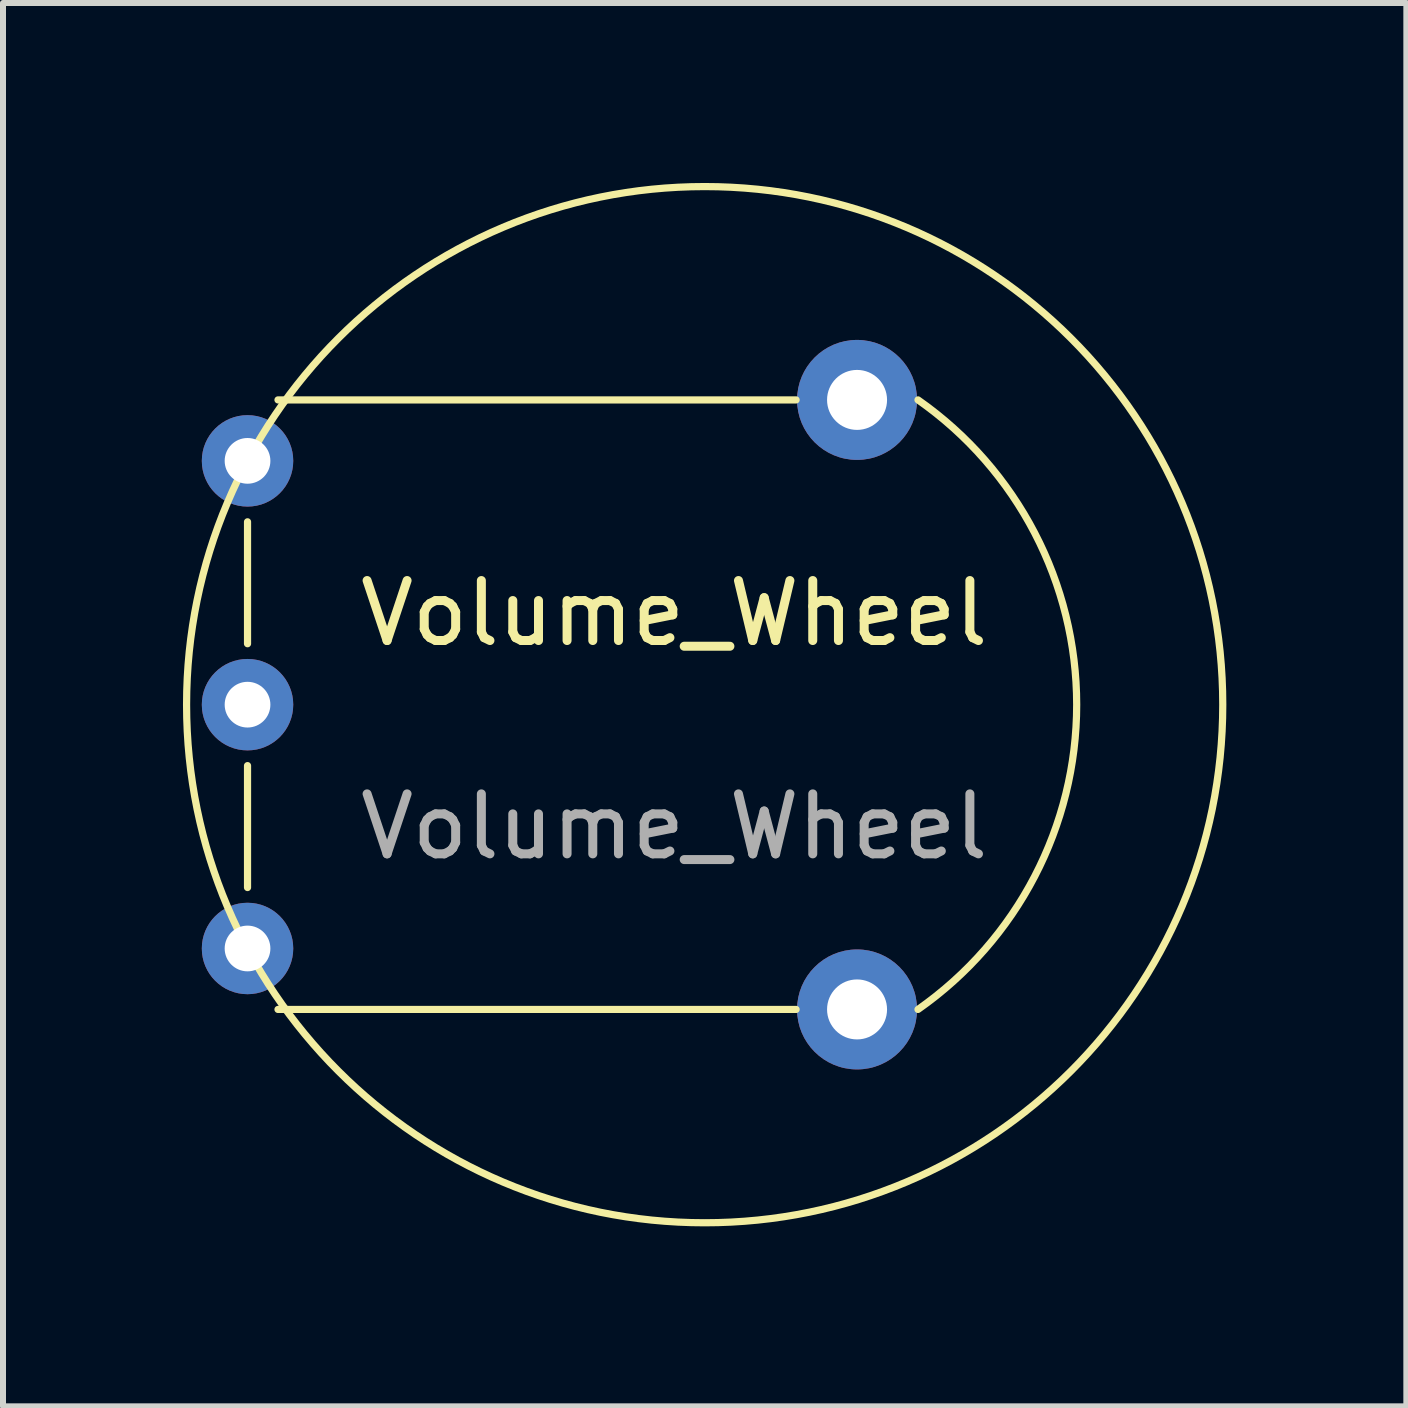
<source format=kicad_pcb>
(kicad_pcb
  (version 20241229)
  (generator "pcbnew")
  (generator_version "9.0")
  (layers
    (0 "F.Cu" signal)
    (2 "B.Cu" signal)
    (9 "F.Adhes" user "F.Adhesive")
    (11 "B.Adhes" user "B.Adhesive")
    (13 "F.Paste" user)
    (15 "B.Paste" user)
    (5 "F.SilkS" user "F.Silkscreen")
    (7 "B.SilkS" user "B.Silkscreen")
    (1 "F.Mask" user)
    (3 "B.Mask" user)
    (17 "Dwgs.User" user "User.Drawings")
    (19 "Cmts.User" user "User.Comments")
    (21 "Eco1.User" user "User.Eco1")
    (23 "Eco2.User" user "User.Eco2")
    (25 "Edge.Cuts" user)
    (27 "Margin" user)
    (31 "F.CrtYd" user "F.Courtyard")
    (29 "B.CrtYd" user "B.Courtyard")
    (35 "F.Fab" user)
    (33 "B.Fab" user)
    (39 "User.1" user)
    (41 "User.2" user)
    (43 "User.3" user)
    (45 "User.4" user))
  (footprint "Volume_Wheel"
    (layer "F.Cu")
    (at 8.696 8.696)
    (property "Reference" "Volume_Wheel" (at -0.508 -1.524 0) (unlocked yes) (layer "F.SilkS") (effects (font (size 1 1) (thickness 0.15))))
    (attr through_hole)
    (fp_line (start -7.62 -3.048) (end -7.62 -1.016) (stroke (width 0.12) (type solid)) (layer "F.SilkS"))
    (fp_line (start -7.62 1.016) (end -7.62 3.048) (stroke (width 0.12) (type solid)) (layer "F.SilkS"))
    (fp_line (start -7.112 -5.08) (end 1.524 -5.08) (stroke (width 0.12) (type solid)) (layer "F.SilkS"))
    (fp_line (start -7.112 5.08) (end 1.524 5.08) (stroke (width 0.12) (type solid)) (layer "F.SilkS"))
    (fp_arc (start 3.556 -5.08) (mid 6.20093 0) (end 3.556 5.08) (stroke (width 0.12) (type solid)) (layer "F.SilkS"))
    (fp_circle (center 0 0) (end -8.636 0) (stroke (width 0.12) (type solid)) (fill no) (layer "F.SilkS"))
    (fp_text user "${REFERENCE}" (at -0.508 2.032 0) (unlocked yes) (layer "F.Fab") (effects (font (size 1 1) (thickness 0.15))))
    (pad "1" thru_hole circle (at -7.62 -4.064) (size 1.524 1.524) (drill 0.762) (layers "*.Cu" "*.Mask"))
    (pad "2" thru_hole circle (at -7.62 0) (size 1.524 1.524) (drill 0.762) (layers "*.Cu" "*.Mask"))
    (pad "3" thru_hole circle (at -7.62 4.064) (size 1.524 1.524) (drill 0.762) (layers "*.Cu" "*.Mask"))
    (pad "4" thru_hole circle (at 2.54 -5.08) (size 2 2) (drill 1) (layers "*.Cu" "*.Mask"))
    (pad "5" thru_hole circle (at 2.54 5.08) (size 2 2) (drill 1) (layers "*.Cu" "*.Mask")))
  (gr_rect
    (start -3 -3)
    (end 20.392 20.392)
    (stroke (width 0.1) (type default))
    (fill no)
    (layer "Edge.Cuts")))
</source>
